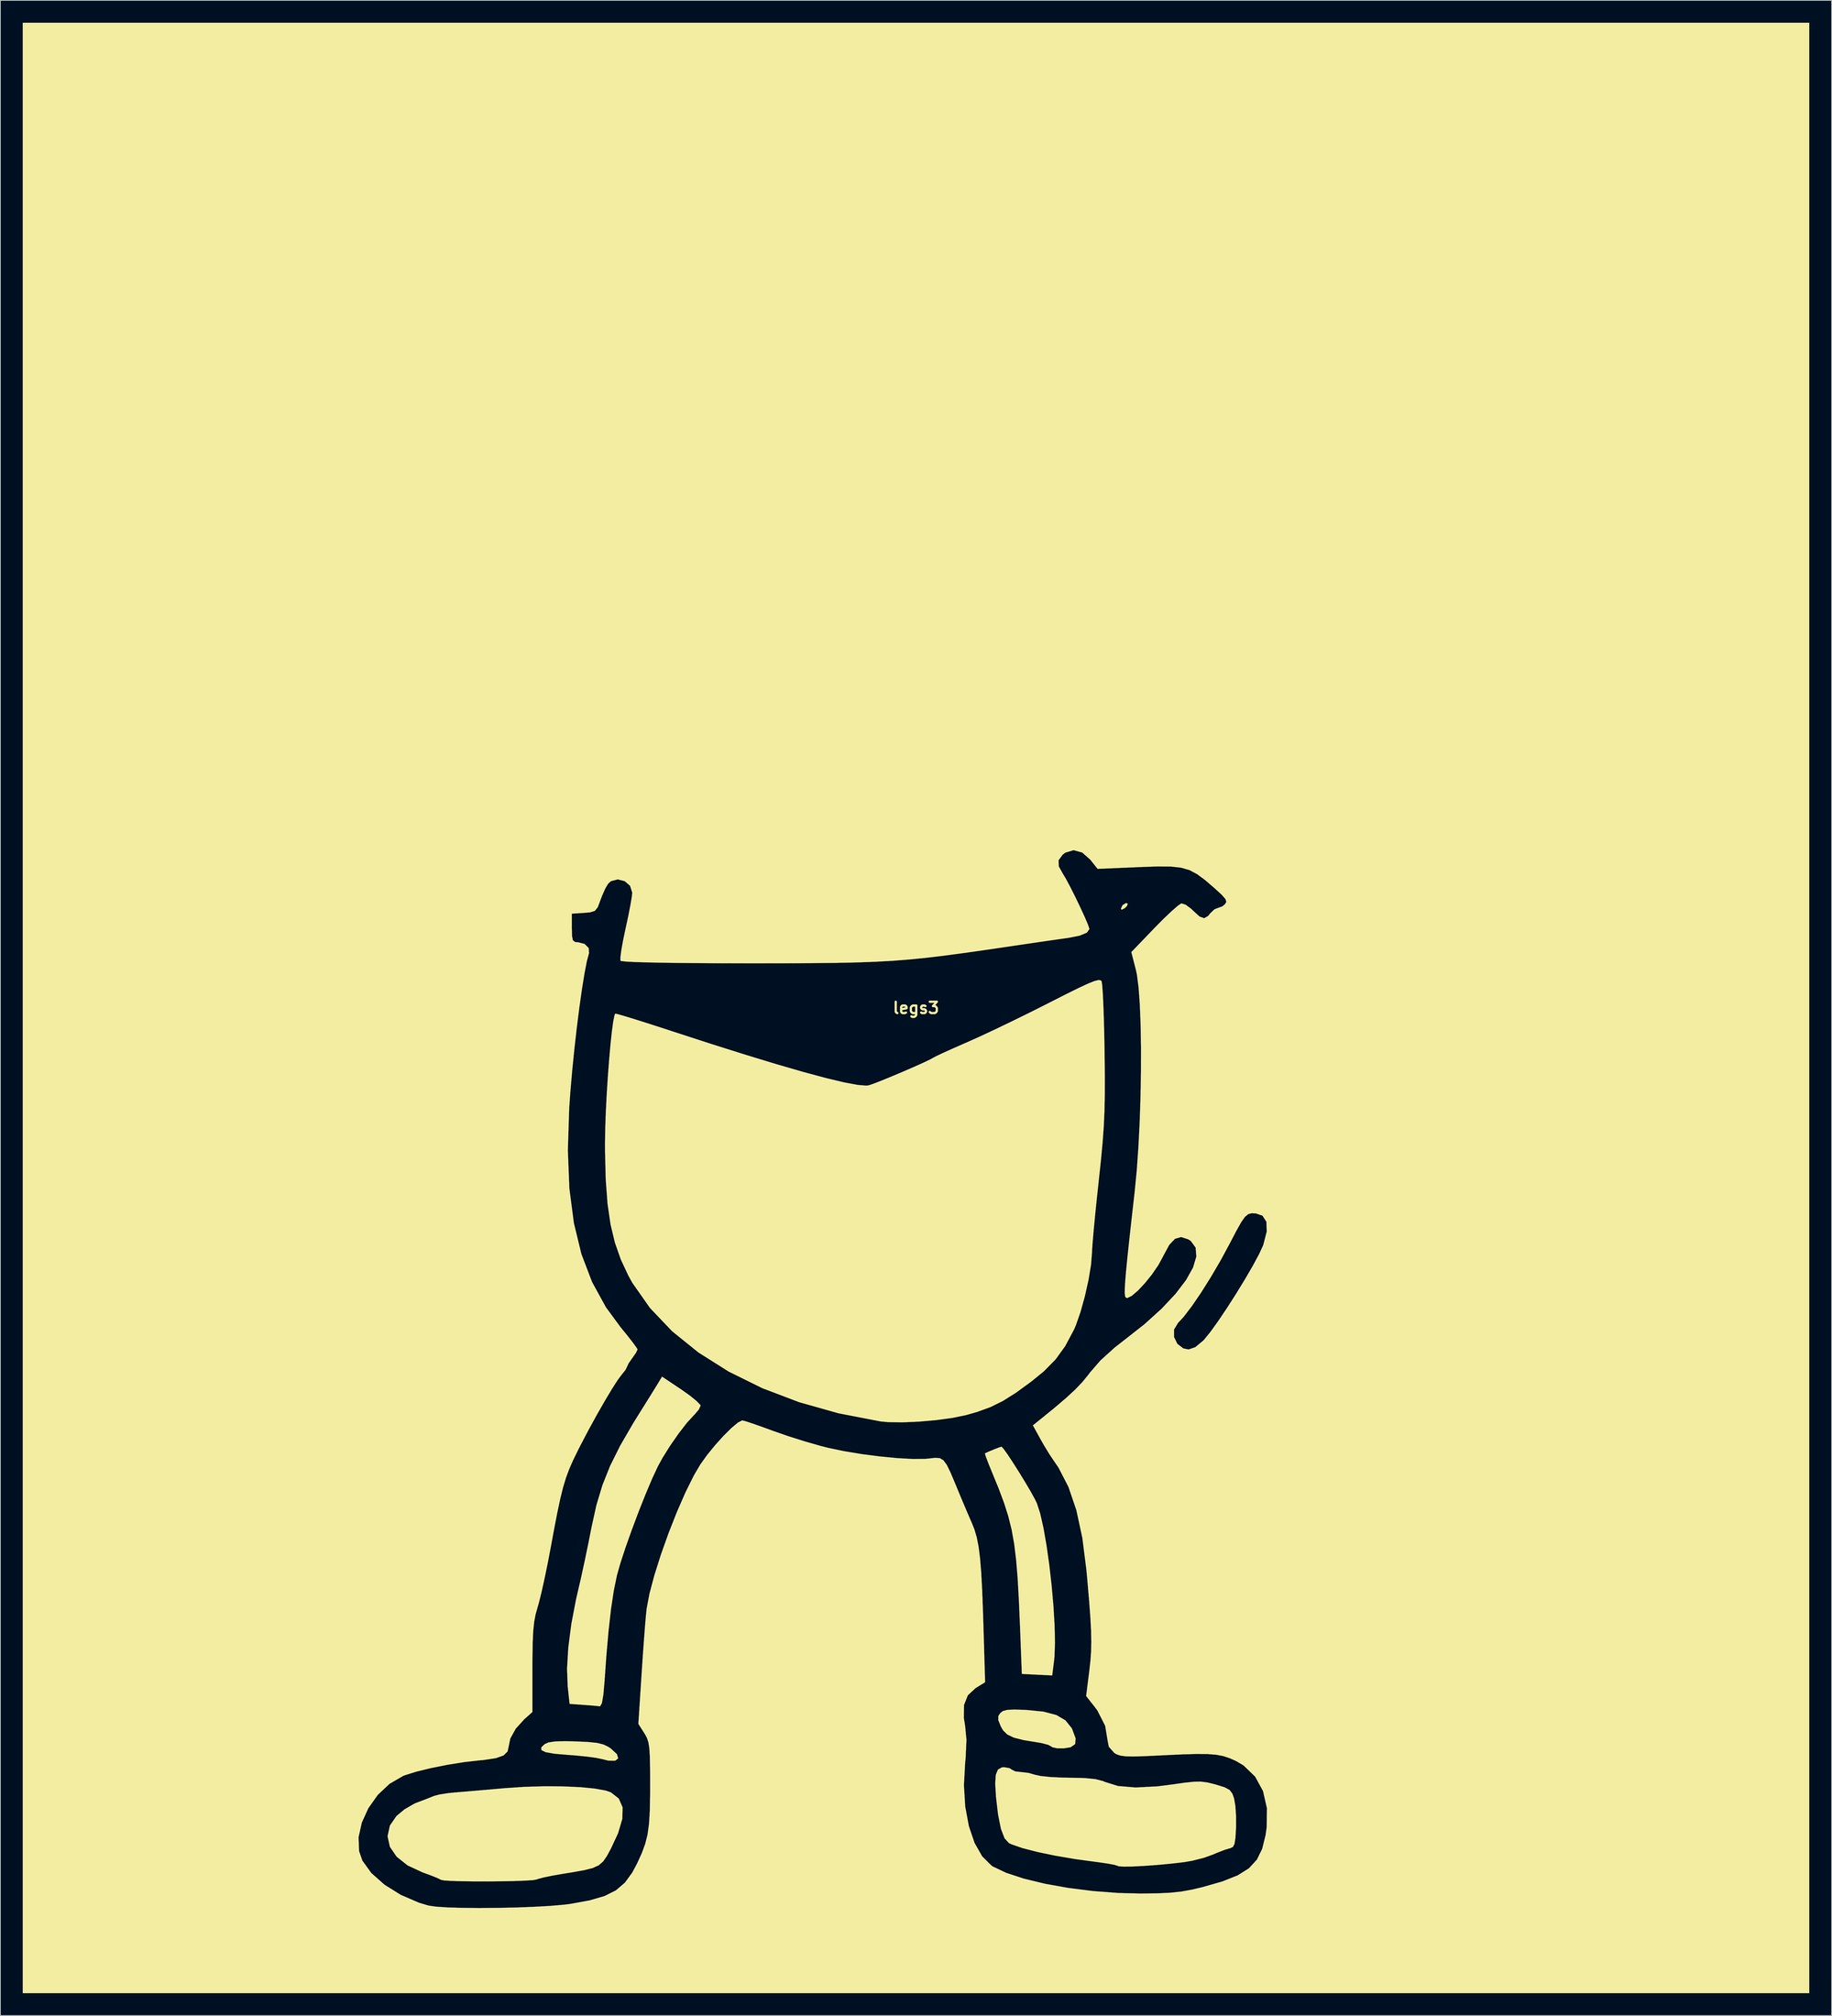
<source format=kicad_pcb>
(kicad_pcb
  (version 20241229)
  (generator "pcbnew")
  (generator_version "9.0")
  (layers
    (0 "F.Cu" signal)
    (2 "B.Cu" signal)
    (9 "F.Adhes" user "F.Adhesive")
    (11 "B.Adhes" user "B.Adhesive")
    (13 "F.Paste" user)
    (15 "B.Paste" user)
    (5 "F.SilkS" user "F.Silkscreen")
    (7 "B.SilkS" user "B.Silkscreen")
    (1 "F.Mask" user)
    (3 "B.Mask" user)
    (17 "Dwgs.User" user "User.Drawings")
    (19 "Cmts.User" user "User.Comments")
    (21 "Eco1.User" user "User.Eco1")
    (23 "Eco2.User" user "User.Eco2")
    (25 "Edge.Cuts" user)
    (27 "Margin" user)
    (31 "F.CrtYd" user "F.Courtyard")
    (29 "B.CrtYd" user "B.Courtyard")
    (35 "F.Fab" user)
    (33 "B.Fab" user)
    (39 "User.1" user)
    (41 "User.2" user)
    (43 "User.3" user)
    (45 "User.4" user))
  (footprint "legs3"
    (layer "F.Cu")
    (at 119.949 132.297)
    (property "Reference" "legs3" (at 0 0 0) (layer "F.SilkS") (effects (font (size 1.524 1.524) (thickness 0.3))))
    (attr through_hole)
    (fp_poly (pts (xy 28.431 -14.02) (xy 28.336 -13.701) (xy 28.054 -13.413) (xy 27.611 -13.185) (xy 27.517 -13.342) (xy 27.737 -13.804) (xy 28.175 -14.075) (xy 28.431 -14.02)) (stroke (width 0.01) (type solid)) (fill yes) (layer "F.SilkS"))
    (fp_poly (pts (xy -45.678 98.491) (xy -43.97 98.572) (xy -42.788 98.699) (xy -41.953 98.909) (xy -41.287 99.236) (xy -40.987 99.437) (xy -40.168 100.192) (xy -39.988 100.762) (xy -40.39 101.077) (xy -41.317 101.068) (xy -42.157 100.861) (xy -42.97 100.692) (xy -44.269 100.518) (xy -45.836 100.365) (xy -46.667 100.304) (xy -48.521 100.145) (xy -49.715 99.937) (xy -50.297 99.659) (xy -50.312 99.293) (xy -49.884 98.872) (xy -49.343 98.627) (xy -48.449 98.493) (xy -47.074 98.459) (xy -45.678 98.491)) (stroke (width 0.01) (type solid)) (fill yes) (layer "F.SilkS"))
    (fp_poly (pts (xy 14.744 94.26) (xy 14.804 94.263) (xy 17.122 94.494) (xy 18.849 94.949) (xy 20.074 95.666) (xy 20.887 96.683) (xy 20.986 96.879) (xy 21.433 98.083) (xy 21.369 98.851) (xy 20.756 99.271) (xy 19.873 99.414) (xy 18.916 99.408) (xy 18.292 99.264) (xy 18.205 99.19) (xy 17.761 98.949) (xy 16.867 98.713) (xy 16.32 98.619) (xy 14.447 98.312) (xy 13.143 97.981) (xy 12.272 97.567) (xy 11.701 97.012) (xy 11.394 96.484) (xy 11.048 95.625) (xy 11.062 95.08) (xy 11.308 94.698) (xy 11.669 94.41) (xy 12.258 94.253) (xy 13.231 94.21) (xy 14.744 94.26)) (stroke (width 0.01) (type solid)) (fill yes) (layer "F.SilkS"))
    (fp_poly (pts (xy 11.752 59.196) (xy 12.292 59.95) (xy 13.011 61.037) (xy 13.824 62.319) (xy 14.643 63.656) (xy 15.382 64.91) (xy 15.953 65.942) (xy 16.225 66.499) (xy 16.673 67.874) (xy 17.111 69.812) (xy 17.524 72.17) (xy 17.897 74.804) (xy 18.213 77.572) (xy 18.456 80.33) (xy 18.611 82.935) (xy 18.662 85.245) (xy 18.594 87.116) (xy 18.545 87.591) (xy 18.291 89.629) (xy 16.252 89.529) (xy 14.214 89.429) (xy 13.968 83.079) (xy 13.817 79.53) (xy 13.65 76.57) (xy 13.445 74.08) (xy 13.183 71.943) (xy 12.841 70.043) (xy 12.398 68.261) (xy 11.833 66.481) (xy 11.126 64.585) (xy 10.263 62.474) (xy 9.765 61.257) (xy 9.409 60.328) (xy 9.256 59.846) (xy 9.257 59.811) (xy 9.772 59.574) (xy 10.522 59.263) (xy 11.197 59.002) (xy 11.48 58.914) (xy 11.752 59.196)) (stroke (width 0.01) (type solid)) (fill yes) (layer "F.SilkS"))
    (fp_poly (pts (xy -47.394 104.53) (xy -45.081 104.635) (xy -43.126 104.825) (xy -41.656 105.094) (xy -40.976 105.33) (xy -39.916 106.158) (xy -39.401 107.33) (xy -39.431 108.874) (xy -40.006 110.815) (xy -40.963 112.874) (xy -41.509 113.881) (xy -42.007 114.604) (xy -42.59 115.114) (xy -43.392 115.481) (xy -44.548 115.776) (xy -46.192 116.069) (xy -47.383 116.261) (xy -48.823 116.511) (xy -50.013 116.757) (xy -50.769 116.959) (xy -50.911 117.021) (xy -51.388 117.109) (xy -52.42 117.18) (xy -53.867 117.234) (xy -55.587 117.27) (xy -57.441 117.287) (xy -59.287 117.285) (xy -60.985 117.263) (xy -62.395 117.22) (xy -63.375 117.157) (xy -63.781 117.075) (xy -64.22 116.852) (xy -65.129 116.486) (xy -66.258 116.073) (xy -68.257 115.145) (xy -69.729 113.979) (xy -70.641 112.649) (xy -70.957 111.23) (xy -70.645 109.793) (xy -69.762 108.508) (xy -68.673 107.608) (xy -67.375 106.856) (xy -67.028 106.711) (xy -65.918 106.289) (xy -64.987 105.921) (xy -64.735 105.815) (xy -64.006 105.622) (xy -62.86 105.441) (xy -61.913 105.344) (xy -60.72 105.246) (xy -59.049 105.104) (xy -57.123 104.938) (xy -55.21 104.769) (xy -52.585 104.592) (xy -49.938 104.514) (xy -47.394 104.53)) (stroke (width 0.01) (type solid)) (fill yes) (layer "F.SilkS"))
    (fp_poly (pts (xy -31.513 51.238) (xy -30.355 52.06) (xy -29.465 52.782) (xy -28.979 53.288) (xy -28.928 53.41) (xy -29.167 53.929) (xy -29.753 54.617) (xy -29.848 54.707) (xy -30.774 55.718) (xy -31.879 57.146) (xy -33.018 58.784) (xy -34.043 60.423) (xy -34.665 61.56) (xy -35.438 63.221) (xy -36.325 65.32) (xy -37.261 67.678) (xy -38.177 70.117) (xy -39.008 72.457) (xy -39.686 74.521) (xy -40.144 76.131) (xy -40.161 76.2) (xy -40.577 78.219) (xy -40.948 80.667) (xy -41.284 83.617) (xy -41.592 87.142) (xy -41.822 90.399) (xy -41.982 92.222) (xy -42.177 93.344) (xy -42.41 93.77) (xy -42.454 93.774) (xy -43.022 93.713) (xy -44.02 93.629) (xy -44.688 93.58) (xy -46.514 93.451) (xy -46.768 91.087) (xy -46.856 88.721) (xy -46.686 85.872) (xy -46.277 82.711) (xy -45.645 79.405) (xy -45.393 78.317) (xy -44.968 76.478) (xy -44.479 74.232) (xy -43.988 71.869) (xy -43.568 69.737) (xy -42.914 66.772) (xy -42.104 64.078) (xy -41.063 61.471) (xy -39.715 58.767) (xy -37.983 55.783) (xy -37.409 54.857) (xy -36.48 53.371) (xy -35.639 52.022) (xy -34.987 50.97) (xy -34.649 50.419) (xy -34.099 49.509) (xy -31.513 51.238)) (stroke (width 0.01) (type solid)) (fill yes) (layer "F.SilkS"))
    (fp_poly (pts (xy 12.552 102.077) (xy 12.862 102.282) (xy 13.33 102.52) (xy 14.029 102.596) (xy 15.102 102.72) (xy 15.986 102.972) (xy 16.758 103.139) (xy 18.03 103.271) (xy 19.594 103.349) (xy 20.606 103.364) (xy 22.636 103.409) (xy 24.094 103.554) (xy 25.107 103.815) (xy 25.364 103.928) (xy 27.124 104.479) (xy 29.482 104.677) (xy 32.425 104.524) (xy 34.354 104.279) (xy 36.095 104.031) (xy 37.339 103.903) (xy 38.283 103.893) (xy 39.125 104.002) (xy 40.063 104.231) (xy 40.263 104.287) (xy 41.433 104.651) (xy 42.109 105.009) (xy 42.484 105.51) (xy 42.709 106.144) (xy 42.883 107.145) (xy 42.978 108.548) (xy 42.974 110.049) (xy 42.974 110.063) (xy 42.894 111.431) (xy 42.769 112.246) (xy 42.553 112.66) (xy 42.201 112.826) (xy 42.157 112.834) (xy 41.421 113.055) (xy 40.37 113.463) (xy 39.864 113.684) (xy 38.619 114.127) (xy 37.071 114.514) (xy 35.983 114.702) (xy 34.228 114.905) (xy 32.402 115.075) (xy 30.646 115.203) (xy 29.105 115.282) (xy 27.92 115.303) (xy 27.235 115.257) (xy 27.13 115.217) (xy 26.703 115.074) (xy 25.758 114.894) (xy 24.479 114.708) (xy 24.132 114.665) (xy 21.339 114.283) (xy 18.683 113.829) (xy 16.295 113.331) (xy 14.306 112.816) (xy 12.846 112.313) (xy 12.495 112.151) (xy 11.9 111.511) (xy 11.411 110.242) (xy 11.022 108.318) (xy 10.745 105.95) (xy 10.639 104.161) (xy 10.718 102.965) (xy 11.007 102.268) (xy 11.532 101.977) (xy 11.821 101.953) (xy 12.552 102.077)) (stroke (width 0.01) (type solid)) (fill yes) (layer "F.SilkS"))
    (fp_poly (pts (xy 24.808 -3.706) (xy 24.923 -3.577) (xy 25.002 -3.077) (xy 25.082 -1.974) (xy 25.159 -0.368) (xy 25.228 1.638) (xy 25.286 3.942) (xy 25.321 5.997) (xy 25.354 9.068) (xy 25.352 11.624) (xy 25.307 13.855) (xy 25.21 15.951) (xy 25.053 18.103) (xy 24.827 20.501) (xy 24.541 23.163) (xy 24.28 25.585) (xy 24.048 27.858) (xy 23.856 29.859) (xy 23.717 31.466) (xy 23.641 32.556) (xy 23.631 32.865) (xy 23.502 34.491) (xy 23.163 36.526) (xy 22.671 38.723) (xy 22.084 40.838) (xy 21.46 42.626) (xy 21.205 43.212) (xy 20.038 45.398) (xy 18.752 47.184) (xy 17.154 48.803) (xy 15.49 50.159) (xy 13.435 51.658) (xy 11.673 52.768) (xy 9.996 53.596) (xy 8.196 54.25) (xy 6.703 54.674) (xy 4.896 55.046) (xy 2.717 55.343) (xy 0.395 55.548) (xy -1.844 55.645) (xy -3.771 55.615) (xy -4.763 55.519) (xy -10.391 54.432) (xy -15.698 52.934) (xy -20.636 51.056) (xy -25.156 48.824) (xy -29.208 46.266) (xy -32.745 43.412) (xy -35.718 40.288) (xy -38.078 36.924) (xy -38.617 35.952) (xy -39.635 33.777) (xy -40.428 31.517) (xy -41.016 29.057) (xy -41.419 26.28) (xy -41.658 23.07) (xy -41.754 19.313) (xy -41.758 18.168) (xy -41.729 16.239) (xy -41.652 14.052) (xy -41.534 11.72) (xy -41.385 9.355) (xy -41.213 7.07) (xy -41.028 4.976) (xy -40.838 3.186) (xy -40.651 1.813) (xy -40.478 0.968) (xy -40.388 0.766) (xy -40.037 0.838) (xy -39.112 1.103) (xy -37.711 1.532) (xy -35.93 2.095) (xy -33.864 2.762) (xy -32.751 3.127) (xy -27.532 4.823) (xy -22.836 6.305) (xy -18.681 7.569) (xy -15.086 8.609) (xy -12.069 9.42) (xy -9.648 9.998) (xy -7.842 10.337) (xy -6.669 10.432) (xy -6.355 10.394) (xy -5.691 10.171) (xy -4.581 9.738) (xy -3.189 9.167) (xy -1.676 8.527) (xy -0.205 7.888) (xy 1.06 7.319) (xy 1.957 6.889) (xy 2.293 6.698) (xy 2.735 6.464) (xy 3.693 6.014) (xy 5.031 5.41) (xy 6.616 4.714) (xy 6.879 4.6) (xy 8.553 3.849) (xy 10.669 2.859) (xy 13.044 1.716) (xy 15.496 0.51) (xy 17.84 -0.672) (xy 17.881 -0.692) (xy 20.145 -1.843) (xy 21.863 -2.692) (xy 23.112 -3.271) (xy 23.968 -3.613) (xy 24.508 -3.747) (xy 24.808 -3.706)) (stroke (width 0.01) (type solid)) (fill yes) (layer "F.SilkS"))
    (fp_poly (pts (xy 119.944 132.292) (xy -119.944 132.292) (xy -119.944 111.358) (xy -74.854 111.358) (xy -74.783 113.219) (xy -74.344 114.495) (xy -73.137 116.166) (xy -71.37 117.732) (xy -69.189 119.094) (xy -66.741 120.151) (xy -65.481 120.53) (xy -64.491 120.677) (xy -62.931 120.781) (xy -60.934 120.842) (xy -58.633 120.863) (xy -56.162 120.845) (xy -53.655 120.789) (xy -51.244 120.698) (xy -49.063 120.573) (xy -47.246 120.415) (xy -46.39 120.306) (xy -43.818 119.836) (xy -41.826 119.256) (xy -40.292 118.489) (xy -39.089 117.461) (xy -38.095 116.096) (xy -37.439 114.86) (xy -36.816 113.492) (xy -36.36 112.252) (xy -36.046 110.99) (xy -35.848 109.553) (xy -35.741 107.789) (xy -35.701 105.546) (xy -35.698 104.246) (xy -35.706 102.103) (xy -35.736 100.54) (xy -35.804 99.429) (xy -35.923 98.645) (xy -36.109 98.061) (xy -36.375 97.551) (xy -36.49 97.367) (xy -37.279 96.132) (xy -36.832 89.253) (xy -36.68 86.996) (xy -36.527 84.867) (xy -36.384 83.01) (xy -36.261 81.57) (xy -36.172 80.693) (xy -35.79 78.667) (xy -35.131 76.188) (xy -34.257 73.421) (xy -33.227 70.532) (xy -32.105 67.686) (xy -30.952 65.049) (xy -29.829 62.786) (xy -28.947 61.285) (xy -28.035 60.014) (xy -26.961 58.697) (xy -25.838 57.455) (xy -24.785 56.408) (xy -23.914 55.679) (xy -23.343 55.387) (xy -23.322 55.386) (xy -22.871 55.503) (xy -21.907 55.82) (xy -20.574 56.288) (xy -19.162 56.804) (xy -17.151 57.504) (xy -14.911 58.211) (xy -12.789 58.819) (xy -11.818 59.066) (xy -9.671 59.516) (xy -7.285 59.91) (xy -4.83 60.228) (xy -2.477 60.454) (xy -0.399 60.568) (xy 1.233 60.553) (xy 1.742 60.504) (xy 2.581 60.408) (xy 3.197 60.455) (xy 3.686 60.744) (xy 4.142 61.373) (xy 4.66 62.441) (xy 5.335 64.046) (xy 5.473 64.382) (xy 6.132 65.967) (xy 6.778 67.496) (xy 7.307 68.723) (xy 7.47 69.089) (xy 7.849 70.038) (xy 8.157 71.09) (xy 8.403 72.341) (xy 8.599 73.884) (xy 8.757 75.814) (xy 8.887 78.224) (xy 8.999 81.208) (xy 9.041 82.552) (xy 9.279 90.54) (xy 8.003 91.329) (xy 6.97 92.281) (xy 6.449 93.584) (xy 6.419 95.311) (xy 6.598 96.434) (xy 6.775 98.288) (xy 6.661 100.733) (xy 6.597 101.361) (xy 6.434 104.378) (xy 6.609 107.246) (xy 7.095 109.862) (xy 7.864 112.123) (xy 8.888 113.927) (xy 10.141 115.171) (xy 10.335 115.296) (xy 12.116 116.141) (xy 14.475 116.916) (xy 17.284 117.597) (xy 20.418 118.16) (xy 23.751 118.583) (xy 27.155 118.842) (xy 30.047 118.916) (xy 32.322 118.893) (xy 34.11 118.812) (xy 35.628 118.65) (xy 37.094 118.384) (xy 38.49 118.052) (xy 41.146 117.292) (xy 43.185 116.481) (xy 44.695 115.538) (xy 45.766 114.382) (xy 46.484 112.93) (xy 46.937 111.1) (xy 47.087 110.067) (xy 47.126 107.464) (xy 46.6 105.158) (xy 45.542 103.218) (xy 43.983 101.713) (xy 42.969 101.118) (xy 42.119 100.739) (xy 41.288 100.463) (xy 40.359 100.282) (xy 39.215 100.188) (xy 37.741 100.173) (xy 35.819 100.226) (xy 33.334 100.341) (xy 32.735 100.372) (xy 30.667 100.47) (xy 29.179 100.511) (xy 28.144 100.487) (xy 27.439 100.392) (xy 26.938 100.22) (xy 26.65 100.055) (xy 25.895 99.211) (xy 25.753 98.503) (xy 25.403 96.391) (xy 24.363 94.345) (xy 23.969 93.814) (xy 22.847 92.397) (xy 23.277 88.984) (xy 23.422 87.687) (xy 23.511 86.442) (xy 23.543 85.13) (xy 23.512 83.636) (xy 23.416 81.842) (xy 23.251 79.631) (xy 23.015 76.886) (xy 22.888 75.494) (xy 22.34 71.166) (xy 21.541 67.458) (xy 20.479 64.327) (xy 19.139 61.729) (xy 18.542 60.854) (xy 17.927 59.94) (xy 17.188 58.727) (xy 16.729 57.922) (xy 15.699 56.048) (xy 16.581 55.341) (xy 18.615 53.688) (xy 20.182 52.352) (xy 21.387 51.238) (xy 22.332 50.248) (xy 23.122 49.283) (xy 23.366 48.954) (xy 24.774 47.33) (xy 26.696 45.59) (xy 28.046 44.54) (xy 28.5 44.183) (xy 34.647 44.183) (xy 35.092 45.104) (xy 35.902 45.723) (xy 36.608 45.861) (xy 37.51 45.55) (xy 38.567 44.671) (xy 38.692 44.538) (xy 39.523 43.518) (xy 40.577 42.053) (xy 41.765 40.284) (xy 42.999 38.357) (xy 44.189 36.412) (xy 45.245 34.593) (xy 46.079 33.043) (xy 46.602 31.905) (xy 46.642 31.798) (xy 47.097 30.025) (xy 47.058 28.72) (xy 46.53 27.898) (xy 45.644 27.587) (xy 45.075 27.562) (xy 44.615 27.682) (xy 44.18 28.042) (xy 43.685 28.741) (xy 43.045 29.873) (xy 42.176 31.537) (xy 42.148 31.59) (xy 40.918 33.87) (xy 39.602 36.121) (xy 38.283 38.219) (xy 37.041 40.04) (xy 35.955 41.461) (xy 35.19 42.286) (xy 34.651 43.172) (xy 34.647 44.183) (xy 28.5 44.183) (xy 30.711 42.443) (xy 32.989 40.379) (xy 34.85 38.395) (xy 36.267 36.537) (xy 37.208 34.851) (xy 37.646 33.383) (xy 37.552 32.178) (xy 36.895 31.284) (xy 36.564 31.072) (xy 35.604 30.763) (xy 34.775 30.995) (xy 34.003 31.819) (xy 33.209 33.289) (xy 33.174 33.366) (xy 32.538 34.533) (xy 31.695 35.762) (xy 30.752 36.935) (xy 29.815 37.936) (xy 28.989 38.647) (xy 28.381 38.951) (xy 28.171 38.895) (xy 28.083 38.708) (xy 28.037 38.321) (xy 28.04 37.671) (xy 28.096 36.697) (xy 28.21 35.335) (xy 28.388 33.523) (xy 28.636 31.199) (xy 28.957 28.3) (xy 29.357 24.765) (xy 29.366 24.694) (xy 29.641 21.863) (xy 29.864 18.73) (xy 30.034 15.402) (xy 30.149 11.985) (xy 30.209 8.585) (xy 30.214 5.308) (xy 30.164 2.258) (xy 30.056 -0.457) (xy 29.891 -2.732) (xy 29.669 -4.461) (xy 29.539 -5.073) (xy 28.916 -7.501) (xy 32.009 -10.718) (xy 33.227 -11.95) (xy 34.309 -12.981) (xy 35.144 -13.709) (xy 35.619 -14.032) (xy 35.639 -14.037) (xy 36.202 -13.865) (xy 36.955 -13.309) (xy 37.205 -13.067) (xy 38.07 -12.275) (xy 38.696 -12.047) (xy 39.234 -12.358) (xy 39.511 -12.7) (xy 40.082 -13.247) (xy 40.496 -13.406) (xy 41.128 -13.637) (xy 41.475 -13.908) (xy 41.675 -14.233) (xy 41.555 -14.627) (xy 41.036 -15.216) (xy 40.127 -16.049) (xy 38.84 -17.157) (xy 37.756 -17.963) (xy 36.727 -18.509) (xy 35.603 -18.836) (xy 34.237 -18.987) (xy 32.478 -19.003) (xy 30.178 -18.925) (xy 29.924 -18.914) (xy 24.387 -18.678) (xy 23.394 -19.922) (xy 22.317 -20.87) (xy 21.164 -21.188) (xy 20.051 -20.854) (xy 19.695 -20.583) (xy 19.143 -19.835) (xy 19.174 -19.007) (xy 19.706 -18.046) (xy 20.128 -17.344) (xy 20.712 -16.249) (xy 21.377 -14.926) (xy 22.045 -13.539) (xy 22.637 -12.252) (xy 23.074 -11.231) (xy 23.278 -10.639) (xy 23.283 -10.589) (xy 22.944 -10.112) (xy 21.975 -9.708) (xy 20.461 -9.412) (xy 19.578 -9.289) (xy 18.153 -9.084) (xy 16.342 -8.821) (xy 14.301 -8.521) (xy 12.876 -8.31) (xy 9.428 -7.802) (xy 6.427 -7.374) (xy 3.768 -7.02) (xy 1.347 -6.732) (xy -0.94 -6.504) (xy -3.198 -6.328) (xy -5.531 -6.199) (xy -8.043 -6.108) (xy -10.839 -6.049) (xy -14.023 -6.016) (xy -17.699 -6.001) (xy -21.972 -5.997) (xy -22.178 -5.997) (xy -26.305 -6.004) (xy -29.941 -6.024) (xy -33.054 -6.058) (xy -35.61 -6.103) (xy -37.575 -6.159) (xy -38.916 -6.227) (xy -39.599 -6.304) (xy -39.681 -6.339) (xy -39.691 -6.801) (xy -39.559 -7.798) (xy -39.309 -9.179) (xy -38.996 -10.658) (xy -38.636 -12.325) (xy -38.346 -13.81) (xy -38.157 -14.935) (xy -38.1 -15.481) (xy -38.392 -16.405) (xy -39.118 -17.029) (xy -40.047 -17.266) (xy -40.953 -17.029) (xy -41.32 -16.713) (xy -41.722 -16.041) (xy -42.178 -15.008) (xy -42.362 -14.508) (xy -42.732 -13.529) (xy -43.125 -13.034) (xy -43.777 -12.836) (xy -44.567 -12.769) (xy -46.214 -12.661) (xy -46.214 -10.74) (xy -46.189 -9.635) (xy -46.064 -9.061) (xy -45.763 -8.848) (xy -45.375 -8.819) (xy -44.49 -8.59) (xy -43.945 -8.026) (xy -43.908 -7.365) (xy -44.19 -6.315) (xy -44.51 -4.675) (xy -44.853 -2.556) (xy -45.205 -0.07) (xy -45.552 2.669) (xy -45.879 5.549) (xy -46.171 8.457) (xy -46.415 11.282) (xy -46.568 13.441) (xy -46.75 19.122) (xy -46.545 24.253) (xy -45.942 28.88) (xy -44.93 33.049) (xy -43.497 36.806) (xy -41.634 40.199) (xy -39.672 42.868) (xy -38.715 44.043) (xy -37.956 45.02) (xy -37.492 45.672) (xy -37.394 45.863) (xy -37.593 46.292) (xy -38.072 46.98) (xy -38.1 47.016) (xy -38.59 47.715) (xy -38.805 48.176) (xy -38.806 48.187) (xy -39.023 48.622) (xy -39.482 49.19) (xy -40.024 49.91) (xy -40.813 51.136) (xy -41.779 52.747) (xy -42.848 54.618) (xy -43.951 56.627) (xy -45.015 58.651) (xy -45.375 59.359) (xy -46.02 60.677) (xy -46.549 61.874) (xy -46.996 63.072) (xy -47.396 64.395) (xy -47.783 65.964) (xy -48.193 67.904) (xy -48.661 70.336) (xy -49.015 72.257) (xy -49.428 74.426) (xy -49.86 76.526) (xy -50.273 78.387) (xy -50.629 79.835) (xy -50.811 80.467) (xy -51.082 81.431) (xy -51.274 82.452) (xy -51.4 83.673) (xy -51.472 85.238) (xy -51.502 87.29) (xy -51.506 88.59) (xy -51.506 94.539) (xy -52.599 95.512) (xy -53.747 96.779) (xy -54.477 98.1) (xy -54.681 99.088) (xy -54.84 99.838) (xy -55.383 100.371) (xy -56.407 100.734) (xy -58.007 100.977) (xy -58.617 101.033) (xy -60.68 101.268) (xy -62.919 101.627) (xy -65.128 102.068) (xy -67.096 102.548) (xy -68.617 103.024) (xy -68.874 103.126) (xy -70.703 104.189) (xy -72.279 105.677) (xy -73.538 107.455) (xy -74.418 109.393) (xy -74.854 111.358) (xy -119.944 111.358) (xy -119.944 -132.292) (xy 119.944 -132.292) (xy 119.944 132.292)) (stroke (width 0.01) (type solid)) (fill yes) (layer "F.SilkS")))
  (gr_rect
    (start -3 -3)
    (end 242.899 267.593)
    (stroke (width 0.1) (type default))
    (fill no)
    (layer "Edge.Cuts")))
</source>
